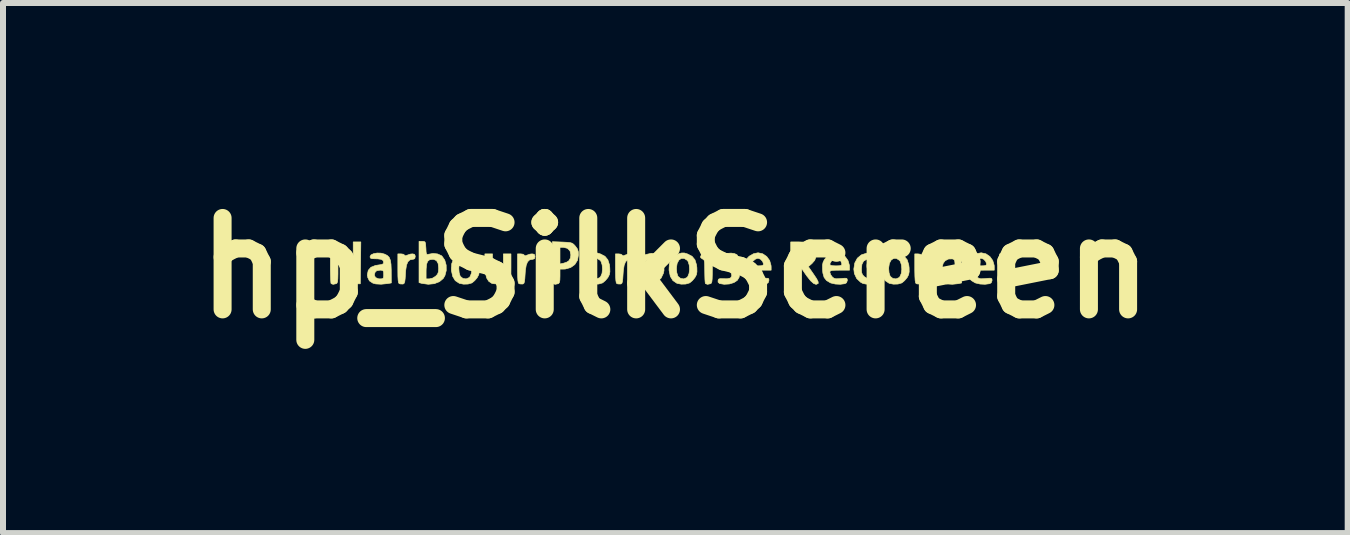
<source format=kicad_pcb>
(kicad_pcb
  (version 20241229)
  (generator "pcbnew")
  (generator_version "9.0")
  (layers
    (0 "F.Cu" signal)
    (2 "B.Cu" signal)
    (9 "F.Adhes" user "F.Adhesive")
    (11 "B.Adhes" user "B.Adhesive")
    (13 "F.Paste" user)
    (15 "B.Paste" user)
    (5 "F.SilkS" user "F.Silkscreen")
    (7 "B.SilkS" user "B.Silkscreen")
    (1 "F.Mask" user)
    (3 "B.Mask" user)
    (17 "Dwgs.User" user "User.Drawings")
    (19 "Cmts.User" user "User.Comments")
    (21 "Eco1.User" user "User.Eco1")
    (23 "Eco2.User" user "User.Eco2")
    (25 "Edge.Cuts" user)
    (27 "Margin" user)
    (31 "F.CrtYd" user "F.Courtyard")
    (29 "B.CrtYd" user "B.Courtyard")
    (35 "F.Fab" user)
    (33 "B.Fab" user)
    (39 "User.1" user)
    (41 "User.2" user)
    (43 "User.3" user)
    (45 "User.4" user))
  (footprint "hp_SilkScreen"
    (layer "F.Cu")
    (at 8.208 1.418)
    (property "Reference" "hp_SilkScreen" (at 0 0 0) (layer "F.SilkS") (effects (font (size 1.524 1.524) (thickness 0.3))))
    (attr through_hole)
    (fp_poly (pts (xy 0.578 -0.432) (xy 0.595 -0.417) (xy 0.599 -0.381) (xy 0.595 -0.344) (xy 0.577 -0.329) (xy 0.535 -0.327) (xy 0.493 -0.33) (xy 0.475 -0.345) (xy 0.472 -0.381) (xy 0.475 -0.418) (xy 0.493 -0.433) (xy 0.535 -0.435) (xy 0.578 -0.432)) (stroke (width 0.01) (type solid)) (fill yes) (layer "F.SilkS"))
    (fp_poly (pts (xy -5.692 -0.432) (xy -5.633 -0.426) (xy -5.623 -0.145) (xy -5.37 -0.145) (xy -5.37 -0.435) (xy -5.243 -0.435) (xy -5.247 -0.086) (xy -5.252 0.263) (xy -5.361 0.263) (xy -5.372 -0.054) (xy -5.624 -0.054) (xy -5.624 0.098) (xy -5.626 0.176) (xy -5.63 0.225) (xy -5.64 0.251) (xy -5.653 0.261) (xy -5.705 0.272) (xy -5.739 0.26) (xy -5.743 0.239) (xy -5.746 0.187) (xy -5.749 0.111) (xy -5.751 0.016) (xy -5.751 -0.091) (xy -5.751 -0.095) (xy -5.751 -0.438) (xy -5.692 -0.432)) (stroke (width 0.01) (type solid)) (fill yes) (layer "F.SilkS"))
    (fp_poly (pts (xy 0.617 0.006) (xy 0.616 0.107) (xy 0.614 0.177) (xy 0.61 0.222) (xy 0.602 0.248) (xy 0.591 0.26) (xy 0.588 0.261) (xy 0.536 0.272) (xy 0.502 0.26) (xy 0.497 0.238) (xy 0.493 0.188) (xy 0.491 0.117) (xy 0.49 0.054) (xy 0.489 -0.033) (xy 0.487 -0.089) (xy 0.482 -0.123) (xy 0.472 -0.141) (xy 0.457 -0.149) (xy 0.452 -0.151) (xy 0.423 -0.172) (xy 0.42 -0.194) (xy 0.432 -0.214) (xy 0.464 -0.226) (xy 0.522 -0.232) (xy 0.617 -0.238) (xy 0.617 0.006)) (stroke (width 0.01) (type solid)) (fill yes) (layer "F.SilkS"))
    (fp_poly (pts (xy -3.048 -0.057) (xy -3.045 0.041) (xy -3.036 0.109) (xy -3.016 0.151) (xy -2.985 0.174) (xy -2.937 0.181) (xy -2.924 0.181) (xy -2.867 0.181) (xy -2.867 -0.236) (xy -2.74 -0.236) (xy -2.74 -0.001) (xy -2.741 0.114) (xy -2.746 0.194) (xy -2.755 0.238) (xy -2.76 0.246) (xy -2.794 0.256) (xy -2.852 0.263) (xy -2.921 0.266) (xy -2.988 0.265) (xy -3.041 0.26) (xy -3.061 0.255) (xy -3.111 0.221) (xy -3.145 0.167) (xy -3.166 0.088) (xy -3.174 -0.02) (xy -3.175 -0.059) (xy -3.175 -0.236) (xy -3.048 -0.236) (xy -3.048 -0.057)) (stroke (width 0.01) (type solid)) (fill yes) (layer "F.SilkS"))
    (fp_poly (pts (xy -4.533 -0.23) (xy -4.514 -0.215) (xy -4.5 -0.203) (xy -4.468 -0.215) (xy -4.418 -0.232) (xy -4.383 -0.236) (xy -4.348 -0.229) (xy -4.336 -0.201) (xy -4.336 -0.191) (xy -4.344 -0.156) (xy -4.373 -0.145) (xy -4.379 -0.145) (xy -4.425 -0.136) (xy -4.459 -0.104) (xy -4.482 -0.047) (xy -4.495 0.04) (xy -4.499 0.097) (xy -4.504 0.176) (xy -4.51 0.225) (xy -4.519 0.252) (xy -4.532 0.264) (xy -4.545 0.267) (xy -4.586 0.265) (xy -4.604 0.26) (xy -4.614 0.245) (xy -4.621 0.205) (xy -4.625 0.137) (xy -4.626 0.038) (xy -4.626 0.008) (xy -4.626 -0.236) (xy -4.574 -0.236) (xy -4.533 -0.23)) (stroke (width 0.01) (type solid)) (fill yes) (layer "F.SilkS"))
    (fp_poly (pts (xy -2.538 -0.23) (xy -2.518 -0.215) (xy -2.504 -0.203) (xy -2.472 -0.215) (xy -2.423 -0.232) (xy -2.387 -0.236) (xy -2.352 -0.229) (xy -2.341 -0.201) (xy -2.34 -0.191) (xy -2.348 -0.156) (xy -2.377 -0.145) (xy -2.383 -0.145) (xy -2.43 -0.136) (xy -2.463 -0.104) (xy -2.486 -0.047) (xy -2.5 0.04) (xy -2.504 0.097) (xy -2.509 0.176) (xy -2.515 0.225) (xy -2.523 0.252) (xy -2.537 0.264) (xy -2.549 0.267) (xy -2.591 0.265) (xy -2.608 0.26) (xy -2.618 0.245) (xy -2.625 0.205) (xy -2.629 0.137) (xy -2.631 0.038) (xy -2.631 0.008) (xy -2.631 -0.236) (xy -2.578 -0.236) (xy -2.538 -0.23)) (stroke (width 0.01) (type solid)) (fill yes) (layer "F.SilkS"))
    (fp_poly (pts (xy -0.905 -0.23) (xy -0.885 -0.215) (xy -0.871 -0.203) (xy -0.839 -0.215) (xy -0.79 -0.232) (xy -0.754 -0.236) (xy -0.719 -0.229) (xy -0.708 -0.201) (xy -0.708 -0.191) (xy -0.715 -0.156) (xy -0.745 -0.145) (xy -0.75 -0.145) (xy -0.797 -0.136) (xy -0.83 -0.104) (xy -0.853 -0.047) (xy -0.867 0.04) (xy -0.871 0.097) (xy -0.876 0.176) (xy -0.882 0.225) (xy -0.89 0.252) (xy -0.904 0.264) (xy -0.916 0.267) (xy -0.958 0.265) (xy -0.975 0.26) (xy -0.985 0.245) (xy -0.992 0.205) (xy -0.996 0.137) (xy -0.998 0.038) (xy -0.998 0.008) (xy -0.998 -0.236) (xy -0.945 -0.236) (xy -0.905 -0.23)) (stroke (width 0.01) (type solid)) (fill yes) (layer "F.SilkS"))
    (fp_poly (pts (xy 4.084 -0.23) (xy 4.104 -0.215) (xy 4.118 -0.203) (xy 4.15 -0.215) (xy 4.2 -0.232) (xy 4.235 -0.236) (xy 4.27 -0.229) (xy 4.281 -0.201) (xy 4.282 -0.191) (xy 4.274 -0.156) (xy 4.245 -0.145) (xy 4.239 -0.145) (xy 4.193 -0.136) (xy 4.159 -0.104) (xy 4.136 -0.047) (xy 4.123 0.04) (xy 4.118 0.097) (xy 4.113 0.176) (xy 4.107 0.225) (xy 4.099 0.252) (xy 4.086 0.264) (xy 4.073 0.267) (xy 4.031 0.265) (xy 4.014 0.26) (xy 4.004 0.245) (xy 3.997 0.205) (xy 3.993 0.137) (xy 3.991 0.038) (xy 3.991 0.008) (xy 3.991 -0.236) (xy 4.044 -0.236) (xy 4.084 -0.23)) (stroke (width 0.01) (type solid)) (fill yes) (layer "F.SilkS"))
    (fp_poly (pts (xy 5.5 -0.23) (xy 5.519 -0.215) (xy 5.533 -0.203) (xy 5.565 -0.215) (xy 5.615 -0.232) (xy 5.65 -0.236) (xy 5.685 -0.229) (xy 5.697 -0.201) (xy 5.697 -0.191) (xy 5.689 -0.156) (xy 5.66 -0.145) (xy 5.654 -0.145) (xy 5.608 -0.136) (xy 5.574 -0.104) (xy 5.551 -0.047) (xy 5.538 0.04) (xy 5.534 0.097) (xy 5.529 0.176) (xy 5.523 0.225) (xy 5.514 0.252) (xy 5.501 0.264) (xy 5.488 0.267) (xy 5.447 0.265) (xy 5.429 0.26) (xy 5.419 0.245) (xy 5.412 0.205) (xy 5.408 0.137) (xy 5.407 0.038) (xy 5.407 0.008) (xy 5.407 -0.236) (xy 5.459 -0.236) (xy 5.5 -0.23)) (stroke (width 0.01) (type solid)) (fill yes) (layer "F.SilkS"))
    (fp_poly (pts (xy 3.288 -0.245) (xy 3.291 -0.244) (xy 3.336 -0.231) (xy 3.354 -0.209) (xy 3.356 -0.189) (xy 3.353 -0.164) (xy 3.338 -0.152) (xy 3.302 -0.149) (xy 3.264 -0.15) (xy 3.188 -0.144) (xy 3.138 -0.115) (xy 3.11 -0.061) (xy 3.102 0.019) (xy 3.106 0.077) (xy 3.121 0.114) (xy 3.152 0.146) (xy 3.196 0.172) (xy 3.245 0.178) (xy 3.278 0.175) (xy 3.328 0.17) (xy 3.353 0.178) (xy 3.366 0.201) (xy 3.366 0.201) (xy 3.372 0.231) (xy 3.362 0.25) (xy 3.329 0.26) (xy 3.268 0.266) (xy 3.252 0.267) (xy 3.179 0.268) (xy 3.126 0.257) (xy 3.09 0.238) (xy 3.023 0.175) (xy 2.984 0.092) (xy 2.975 0.017) (xy 2.991 -0.084) (xy 3.034 -0.164) (xy 3.1 -0.219) (xy 3.186 -0.247) (xy 3.288 -0.245)) (stroke (width 0.01) (type solid)) (fill yes) (layer "F.SilkS"))
    (fp_poly (pts (xy 4.708 -0.451) (xy 4.713 -0.45) (xy 4.763 -0.445) (xy 4.767 -0.098) (xy 4.772 0.249) (xy 4.715 0.261) (xy 4.617 0.271) (xy 4.522 0.265) (xy 4.45 0.245) (xy 4.385 0.199) (xy 4.341 0.129) (xy 4.32 0.046) (xy 4.323 -0.001) (xy 4.445 -0.001) (xy 4.452 0.072) (xy 4.484 0.131) (xy 4.538 0.17) (xy 4.598 0.181) (xy 4.663 0.181) (xy 4.663 0.02) (xy 4.662 -0.057) (xy 4.659 -0.105) (xy 4.652 -0.132) (xy 4.639 -0.145) (xy 4.618 -0.152) (xy 4.555 -0.151) (xy 4.498 -0.122) (xy 4.465 -0.079) (xy 4.445 -0.001) (xy 4.323 -0.001) (xy 4.326 -0.042) (xy 4.35 -0.108) (xy 4.404 -0.183) (xy 4.475 -0.228) (xy 4.567 -0.244) (xy 4.572 -0.244) (xy 4.663 -0.245) (xy 4.663 -0.35) (xy 4.663 -0.409) (xy 4.669 -0.44) (xy 4.682 -0.451) (xy 4.708 -0.451)) (stroke (width 0.01) (type solid)) (fill yes) (layer "F.SilkS"))
    (fp_poly (pts (xy 0.986 -0.241) (xy 1.028 -0.221) (xy 1.043 -0.191) (xy 1.039 -0.168) (xy 1.018 -0.159) (xy 0.973 -0.158) (xy 0.962 -0.159) (xy 0.887 -0.156) (xy 0.846 -0.14) (xy 0.837 -0.114) (xy 0.861 -0.081) (xy 0.919 -0.044) (xy 0.951 -0.029) (xy 1.022 0.011) (xy 1.061 0.056) (xy 1.07 0.113) (xy 1.063 0.155) (xy 1.033 0.205) (xy 0.976 0.243) (xy 0.9 0.266) (xy 0.814 0.271) (xy 0.738 0.259) (xy 0.713 0.237) (xy 0.711 0.212) (xy 0.72 0.186) (xy 0.744 0.177) (xy 0.788 0.178) (xy 0.868 0.179) (xy 0.918 0.167) (xy 0.939 0.139) (xy 0.94 0.115) (xy 0.928 0.081) (xy 0.896 0.056) (xy 0.855 0.039) (xy 0.778 -0.002) (xy 0.731 -0.052) (xy 0.714 -0.106) (xy 0.73 -0.16) (xy 0.777 -0.208) (xy 0.806 -0.225) (xy 0.866 -0.244) (xy 0.929 -0.249) (xy 0.986 -0.241)) (stroke (width 0.01) (type solid)) (fill yes) (layer "F.SilkS"))
    (fp_poly (pts (xy -1.885 -0.433) (xy -1.807 -0.429) (xy -1.755 -0.424) (xy -1.721 -0.414) (xy -1.695 -0.396) (xy -1.669 -0.368) (xy -1.668 -0.367) (xy -1.633 -0.319) (xy -1.617 -0.269) (xy -1.615 -0.22) (xy -1.631 -0.13) (xy -1.676 -0.058) (xy -1.746 -0.008) (xy -1.836 0.017) (xy -1.868 0.018) (xy -1.923 0.018) (xy -1.923 0.134) (xy -1.925 0.202) (xy -1.933 0.242) (xy -1.949 0.26) (xy -1.952 0.261) (xy -2.004 0.272) (xy -2.038 0.26) (xy -2.042 0.239) (xy -2.045 0.187) (xy -2.048 0.111) (xy -2.049 0.016) (xy -2.05 -0.092) (xy -2.05 -0.096) (xy -2.05 -0.345) (xy -1.923 -0.345) (xy -1.923 -0.068) (xy -1.865 -0.08) (xy -1.813 -0.097) (xy -1.775 -0.121) (xy -1.749 -0.167) (xy -1.742 -0.219) (xy -1.756 -0.285) (xy -1.798 -0.328) (xy -1.864 -0.345) (xy -1.873 -0.345) (xy -1.923 -0.345) (xy -2.05 -0.345) (xy -2.05 -0.439) (xy -1.885 -0.433)) (stroke (width 0.01) (type solid)) (fill yes) (layer "F.SilkS"))
    (fp_poly (pts (xy -4.189 -0.443) (xy -4.172 -0.433) (xy -4.164 -0.406) (xy -4.16 -0.354) (xy -4.158 -0.33) (xy -4.155 -0.268) (xy -4.149 -0.236) (xy -4.137 -0.225) (xy -4.117 -0.229) (xy -4.113 -0.23) (xy -4.039 -0.243) (xy -3.964 -0.235) (xy -3.901 -0.207) (xy -3.89 -0.198) (xy -3.844 -0.132) (xy -3.82 -0.048) (xy -3.819 0.042) (xy -3.841 0.126) (xy -3.869 0.174) (xy -3.933 0.228) (xy -4.019 0.261) (xy -4.118 0.271) (xy -4.222 0.257) (xy -4.227 0.256) (xy -4.273 0.243) (xy -4.273 0.047) (xy -4.155 0.047) (xy -4.155 0.181) (xy -4.101 0.181) (xy -4.048 0.169) (xy -3.997 0.138) (xy -3.965 0.104) (xy -3.95 0.065) (xy -3.946 0.006) (xy -3.946 0.004) (xy -3.954 -0.074) (xy -3.981 -0.123) (xy -4.027 -0.144) (xy -4.047 -0.145) (xy -4.096 -0.138) (xy -4.129 -0.112) (xy -4.147 -0.063) (xy -4.154 0.014) (xy -4.155 0.047) (xy -4.273 0.047) (xy -4.273 -0.445) (xy -4.218 -0.445) (xy -4.189 -0.443)) (stroke (width 0.01) (type solid)) (fill yes) (layer "F.SilkS"))
    (fp_poly (pts (xy -3.48 -0.251) (xy -3.426 -0.235) (xy -3.351 -0.196) (xy -3.302 -0.137) (xy -3.275 -0.053) (xy -3.27 -0.005) (xy -3.268 0.063) (xy -3.277 0.11) (xy -3.3 0.154) (xy -3.305 0.163) (xy -3.344 0.209) (xy -3.385 0.244) (xy -3.393 0.249) (xy -3.456 0.267) (xy -3.531 0.269) (xy -3.597 0.256) (xy -3.601 0.255) (xy -3.669 0.21) (xy -3.712 0.139) (xy -3.733 0.042) (xy -3.734 0.031) (xy -3.732 0.005) (xy -3.61 0.005) (xy -3.604 0.077) (xy -3.588 0.131) (xy -3.582 0.141) (xy -3.54 0.174) (xy -3.487 0.181) (xy -3.438 0.16) (xy -3.421 0.141) (xy -3.4 0.088) (xy -3.392 0.02) (xy -3.397 -0.05) (xy -3.415 -0.107) (xy -3.429 -0.127) (xy -3.48 -0.16) (xy -3.529 -0.161) (xy -3.57 -0.132) (xy -3.599 -0.078) (xy -3.61 -0.001) (xy -3.61 0.005) (xy -3.732 0.005) (xy -3.728 -0.072) (xy -3.697 -0.151) (xy -3.638 -0.207) (xy -3.578 -0.235) (xy -3.523 -0.251) (xy -3.48 -0.251)) (stroke (width 0.01) (type solid)) (fill yes) (layer "F.SilkS"))
    (fp_poly (pts (xy -1.303 -0.251) (xy -1.249 -0.235) (xy -1.174 -0.196) (xy -1.125 -0.137) (xy -1.098 -0.053) (xy -1.093 -0.005) (xy -1.091 0.063) (xy -1.1 0.11) (xy -1.122 0.154) (xy -1.128 0.163) (xy -1.167 0.209) (xy -1.208 0.244) (xy -1.216 0.249) (xy -1.279 0.267) (xy -1.353 0.269) (xy -1.42 0.256) (xy -1.424 0.255) (xy -1.492 0.21) (xy -1.535 0.139) (xy -1.556 0.042) (xy -1.557 0.031) (xy -1.555 0.005) (xy -1.433 0.005) (xy -1.427 0.077) (xy -1.411 0.131) (xy -1.405 0.141) (xy -1.362 0.174) (xy -1.31 0.181) (xy -1.261 0.16) (xy -1.244 0.141) (xy -1.222 0.088) (xy -1.215 0.02) (xy -1.22 -0.05) (xy -1.238 -0.107) (xy -1.252 -0.127) (xy -1.303 -0.16) (xy -1.351 -0.161) (xy -1.393 -0.132) (xy -1.421 -0.078) (xy -1.433 -0.001) (xy -1.433 0.005) (xy -1.555 0.005) (xy -1.551 -0.072) (xy -1.519 -0.151) (xy -1.46 -0.207) (xy -1.401 -0.235) (xy -1.346 -0.251) (xy -1.303 -0.251)) (stroke (width 0.01) (type solid)) (fill yes) (layer "F.SilkS"))
    (fp_poly (pts (xy 0.149 -0.251) (xy 0.202 -0.235) (xy 0.278 -0.196) (xy 0.327 -0.137) (xy 0.353 -0.053) (xy 0.359 -0.005) (xy 0.36 0.063) (xy 0.352 0.11) (xy 0.329 0.154) (xy 0.323 0.163) (xy 0.285 0.209) (xy 0.243 0.244) (xy 0.235 0.249) (xy 0.173 0.267) (xy 0.098 0.269) (xy 0.031 0.256) (xy 0.027 0.255) (xy -0.04 0.21) (xy -0.084 0.139) (xy -0.104 0.042) (xy -0.105 0.031) (xy -0.104 0.005) (xy 0.018 0.005) (xy 0.024 0.077) (xy 0.041 0.131) (xy 0.046 0.141) (xy 0.089 0.174) (xy 0.142 0.181) (xy 0.191 0.16) (xy 0.208 0.141) (xy 0.229 0.088) (xy 0.237 0.02) (xy 0.231 -0.05) (xy 0.213 -0.107) (xy 0.2 -0.127) (xy 0.148 -0.16) (xy 0.1 -0.161) (xy 0.059 -0.132) (xy 0.03 -0.078) (xy 0.018 -0.001) (xy 0.018 0.005) (xy -0.104 0.005) (xy -0.1 -0.072) (xy -0.068 -0.151) (xy -0.009 -0.207) (xy 0.05 -0.235) (xy 0.105 -0.251) (xy 0.149 -0.251)) (stroke (width 0.01) (type solid)) (fill yes) (layer "F.SilkS"))
    (fp_poly (pts (xy 3.686 -0.251) (xy 3.74 -0.235) (xy 3.815 -0.196) (xy 3.865 -0.137) (xy 3.891 -0.053) (xy 3.897 -0.005) (xy 3.898 0.063) (xy 3.889 0.11) (xy 3.867 0.154) (xy 3.861 0.163) (xy 3.822 0.209) (xy 3.781 0.244) (xy 3.773 0.249) (xy 3.711 0.267) (xy 3.636 0.269) (xy 3.569 0.256) (xy 3.565 0.255) (xy 3.497 0.21) (xy 3.454 0.139) (xy 3.434 0.042) (xy 3.433 0.031) (xy 3.434 0.005) (xy 3.556 0.005) (xy 3.562 0.077) (xy 3.579 0.131) (xy 3.584 0.141) (xy 3.627 0.174) (xy 3.679 0.181) (xy 3.728 0.16) (xy 3.745 0.141) (xy 3.767 0.088) (xy 3.775 0.02) (xy 3.769 -0.05) (xy 3.751 -0.107) (xy 3.737 -0.127) (xy 3.686 -0.16) (xy 3.638 -0.161) (xy 3.597 -0.132) (xy 3.568 -0.078) (xy 3.556 -0.001) (xy 3.556 0.005) (xy 3.434 0.005) (xy 3.438 -0.072) (xy 3.47 -0.151) (xy 3.529 -0.207) (xy 3.588 -0.235) (xy 3.643 -0.251) (xy 3.686 -0.251)) (stroke (width 0.01) (type solid)) (fill yes) (layer "F.SilkS"))
    (fp_poly (pts (xy -4.907 -0.248) (xy -4.85 -0.233) (xy -4.803 -0.21) (xy -4.771 -0.179) (xy -4.751 -0.131) (xy -4.74 -0.063) (xy -4.736 0.034) (xy -4.736 0.066) (xy -4.735 0.249) (xy -4.803 0.26) (xy -4.905 0.27) (xy -4.994 0.265) (xy -5.042 0.252) (xy -5.1 0.214) (xy -5.129 0.154) (xy -5.132 0.121) (xy -5.018 0.121) (xy -4.997 0.159) (xy -4.95 0.179) (xy -4.925 0.181) (xy -4.885 0.179) (xy -4.867 0.166) (xy -4.862 0.13) (xy -4.862 0.109) (xy -4.864 0.062) (xy -4.876 0.042) (xy -4.907 0.036) (xy -4.925 0.036) (xy -4.979 0.045) (xy -5.007 0.073) (xy -5.018 0.121) (xy -5.132 0.121) (xy -5.134 0.107) (xy -5.119 0.038) (xy -5.074 -0.013) (xy -4.999 -0.043) (xy -4.954 -0.05) (xy -4.898 -0.058) (xy -4.87 -0.071) (xy -4.862 -0.092) (xy -4.862 -0.092) (xy -4.872 -0.125) (xy -4.903 -0.145) (xy -4.962 -0.153) (xy -4.998 -0.154) (xy -5.053 -0.156) (xy -5.08 -0.164) (xy -5.089 -0.182) (xy -5.089 -0.191) (xy -5.073 -0.219) (xy -5.031 -0.239) (xy -4.972 -0.25) (xy -4.907 -0.248)) (stroke (width 0.01) (type solid)) (fill yes) (layer "F.SilkS"))
    (fp_poly (pts (xy -0.323 -0.233) (xy -0.261 -0.193) (xy -0.215 -0.131) (xy -0.19 -0.052) (xy -0.189 0.04) (xy -0.198 0.085) (xy -0.238 0.169) (xy -0.304 0.23) (xy -0.391 0.265) (xy -0.464 0.272) (xy -0.526 0.272) (xy -0.526 0.381) (xy -0.527 0.441) (xy -0.532 0.474) (xy -0.545 0.487) (xy -0.571 0.49) (xy -0.578 0.49) (xy -0.619 0.486) (xy -0.641 0.478) (xy -0.645 0.457) (xy -0.648 0.405) (xy -0.651 0.329) (xy -0.652 0.233) (xy -0.653 0.125) (xy -0.653 0.115) (xy -0.653 0.058) (xy -0.526 0.058) (xy -0.526 0.181) (xy -0.471 0.181) (xy -0.419 0.176) (xy -0.381 0.163) (xy -0.345 0.126) (xy -0.323 0.066) (xy -0.315 -0.003) (xy -0.323 -0.07) (xy -0.347 -0.121) (xy -0.379 -0.139) (xy -0.418 -0.145) (xy -0.469 -0.133) (xy -0.502 -0.096) (xy -0.521 -0.03) (xy -0.526 0.058) (xy -0.653 0.058) (xy -0.653 -0.236) (xy -0.599 -0.236) (xy -0.56 -0.231) (xy -0.544 -0.219) (xy -0.544 -0.219) (xy -0.53 -0.214) (xy -0.494 -0.223) (xy -0.48 -0.228) (xy -0.398 -0.246) (xy -0.323 -0.233)) (stroke (width 0.01) (type solid)) (fill yes) (layer "F.SilkS"))
    (fp_poly (pts (xy 2.064 -0.435) (xy 2.15 -0.432) (xy 2.212 -0.422) (xy 2.257 -0.403) (xy 2.26 -0.401) (xy 2.32 -0.346) (xy 2.35 -0.277) (xy 2.351 -0.202) (xy 2.323 -0.128) (xy 2.278 -0.076) (xy 2.217 -0.023) (xy 2.308 0.108) (xy 2.356 0.18) (xy 2.38 0.228) (xy 2.382 0.255) (xy 2.38 0.258) (xy 2.347 0.273) (xy 2.306 0.258) (xy 2.255 0.213) (xy 2.193 0.135) (xy 2.167 0.098) (xy 2.059 -0.058) (xy 2.054 0.093) (xy 2.048 0.174) (xy 2.039 0.231) (xy 2.027 0.257) (xy 2.027 0.258) (xy 1.987 0.271) (xy 1.947 0.267) (xy 1.935 0.26) (xy 1.931 0.239) (xy 1.928 0.187) (xy 1.926 0.111) (xy 1.924 0.016) (xy 1.923 -0.091) (xy 1.923 -0.209) (xy 2.05 -0.209) (xy 2.052 -0.135) (xy 2.058 -0.092) (xy 2.075 -0.076) (xy 2.105 -0.082) (xy 2.141 -0.1) (xy 2.2 -0.146) (xy 2.225 -0.205) (xy 2.222 -0.255) (xy 2.195 -0.31) (xy 2.142 -0.34) (xy 2.097 -0.345) (xy 2.073 -0.343) (xy 2.059 -0.333) (xy 2.052 -0.308) (xy 2.05 -0.259) (xy 2.05 -0.209) (xy 1.923 -0.209) (xy 1.923 -0.435) (xy 2.064 -0.435)) (stroke (width 0.01) (type solid)) (fill yes) (layer "F.SilkS"))
    (fp_poly (pts (xy 1.457 -0.237) (xy 1.523 -0.192) (xy 1.572 -0.125) (xy 1.595 -0.044) (xy 1.597 -0.02) (xy 1.597 0.036) (xy 1.433 0.036) (xy 1.356 0.037) (xy 1.308 0.04) (xy 1.282 0.046) (xy 1.272 0.058) (xy 1.27 0.073) (xy 1.282 0.111) (xy 1.309 0.147) (xy 1.336 0.169) (xy 1.367 0.179) (xy 1.416 0.178) (xy 1.454 0.175) (xy 1.513 0.17) (xy 1.545 0.171) (xy 1.558 0.182) (xy 1.56 0.205) (xy 1.56 0.207) (xy 1.547 0.246) (xy 1.519 0.261) (xy 1.444 0.271) (xy 1.36 0.267) (xy 1.288 0.25) (xy 1.279 0.247) (xy 1.214 0.208) (xy 1.174 0.157) (xy 1.153 0.084) (xy 1.147 0.031) (xy 1.146 -0.042) (xy 1.15 -0.064) (xy 1.27 -0.064) (xy 1.279 -0.047) (xy 1.31 -0.039) (xy 1.37 -0.036) (xy 1.429 -0.038) (xy 1.459 -0.046) (xy 1.469 -0.062) (xy 1.47 -0.067) (xy 1.455 -0.11) (xy 1.42 -0.147) (xy 1.378 -0.163) (xy 1.376 -0.163) (xy 1.336 -0.149) (xy 1.297 -0.117) (xy 1.273 -0.078) (xy 1.27 -0.064) (xy 1.15 -0.064) (xy 1.156 -0.094) (xy 1.177 -0.139) (xy 1.179 -0.142) (xy 1.231 -0.197) (xy 1.303 -0.238) (xy 1.377 -0.254) (xy 1.38 -0.254) (xy 1.457 -0.237)) (stroke (width 0.01) (type solid)) (fill yes) (layer "F.SilkS"))
    (fp_poly (pts (xy 2.764 -0.237) (xy 2.83 -0.192) (xy 2.878 -0.125) (xy 2.902 -0.044) (xy 2.903 -0.02) (xy 2.903 0.036) (xy 2.74 0.036) (xy 2.662 0.037) (xy 2.614 0.04) (xy 2.588 0.046) (xy 2.578 0.058) (xy 2.576 0.073) (xy 2.589 0.111) (xy 2.615 0.147) (xy 2.642 0.169) (xy 2.674 0.179) (xy 2.722 0.178) (xy 2.76 0.175) (xy 2.819 0.17) (xy 2.851 0.171) (xy 2.864 0.182) (xy 2.867 0.205) (xy 2.867 0.207) (xy 2.853 0.246) (xy 2.826 0.261) (xy 2.75 0.271) (xy 2.667 0.267) (xy 2.594 0.25) (xy 2.585 0.247) (xy 2.52 0.208) (xy 2.48 0.157) (xy 2.459 0.084) (xy 2.454 0.031) (xy 2.453 -0.042) (xy 2.456 -0.064) (xy 2.576 -0.064) (xy 2.585 -0.047) (xy 2.617 -0.039) (xy 2.676 -0.036) (xy 2.735 -0.038) (xy 2.765 -0.046) (xy 2.776 -0.062) (xy 2.776 -0.067) (xy 2.761 -0.11) (xy 2.726 -0.147) (xy 2.684 -0.163) (xy 2.682 -0.163) (xy 2.643 -0.149) (xy 2.603 -0.117) (xy 2.579 -0.078) (xy 2.576 -0.064) (xy 2.456 -0.064) (xy 2.462 -0.094) (xy 2.484 -0.139) (xy 2.485 -0.142) (xy 2.538 -0.197) (xy 2.609 -0.238) (xy 2.684 -0.254) (xy 2.686 -0.254) (xy 2.764 -0.237)) (stroke (width 0.01) (type solid)) (fill yes) (layer "F.SilkS"))
    (fp_poly (pts (xy 5.177 -0.237) (xy 5.243 -0.192) (xy 5.291 -0.125) (xy 5.315 -0.044) (xy 5.316 -0.02) (xy 5.316 0.036) (xy 5.153 0.036) (xy 5.075 0.037) (xy 5.027 0.04) (xy 5.001 0.046) (xy 4.991 0.058) (xy 4.989 0.073) (xy 5.002 0.111) (xy 5.028 0.147) (xy 5.055 0.169) (xy 5.087 0.179) (xy 5.135 0.178) (xy 5.173 0.175) (xy 5.232 0.17) (xy 5.264 0.171) (xy 5.277 0.182) (xy 5.28 0.205) (xy 5.28 0.207) (xy 5.266 0.246) (xy 5.239 0.261) (xy 5.163 0.271) (xy 5.08 0.267) (xy 5.007 0.25) (xy 4.998 0.247) (xy 4.933 0.208) (xy 4.893 0.157) (xy 4.872 0.084) (xy 4.867 0.031) (xy 4.866 -0.042) (xy 4.869 -0.064) (xy 4.989 -0.064) (xy 4.998 -0.047) (xy 5.03 -0.039) (xy 5.089 -0.036) (xy 5.148 -0.038) (xy 5.178 -0.046) (xy 5.189 -0.062) (xy 5.189 -0.067) (xy 5.174 -0.11) (xy 5.139 -0.147) (xy 5.097 -0.163) (xy 5.095 -0.163) (xy 5.056 -0.149) (xy 5.016 -0.117) (xy 4.992 -0.078) (xy 4.989 -0.064) (xy 4.869 -0.064) (xy 4.875 -0.094) (xy 4.897 -0.139) (xy 4.898 -0.142) (xy 4.951 -0.197) (xy 5.022 -0.238) (xy 5.097 -0.254) (xy 5.099 -0.254) (xy 5.177 -0.237)) (stroke (width 0.01) (type solid)) (fill yes) (layer "F.SilkS")))
  (gr_rect
    (start -3 -3)
    (end 19.416 5.836)
    (stroke (width 0.1) (type default))
    (fill no)
    (layer "Edge.Cuts")))
</source>
